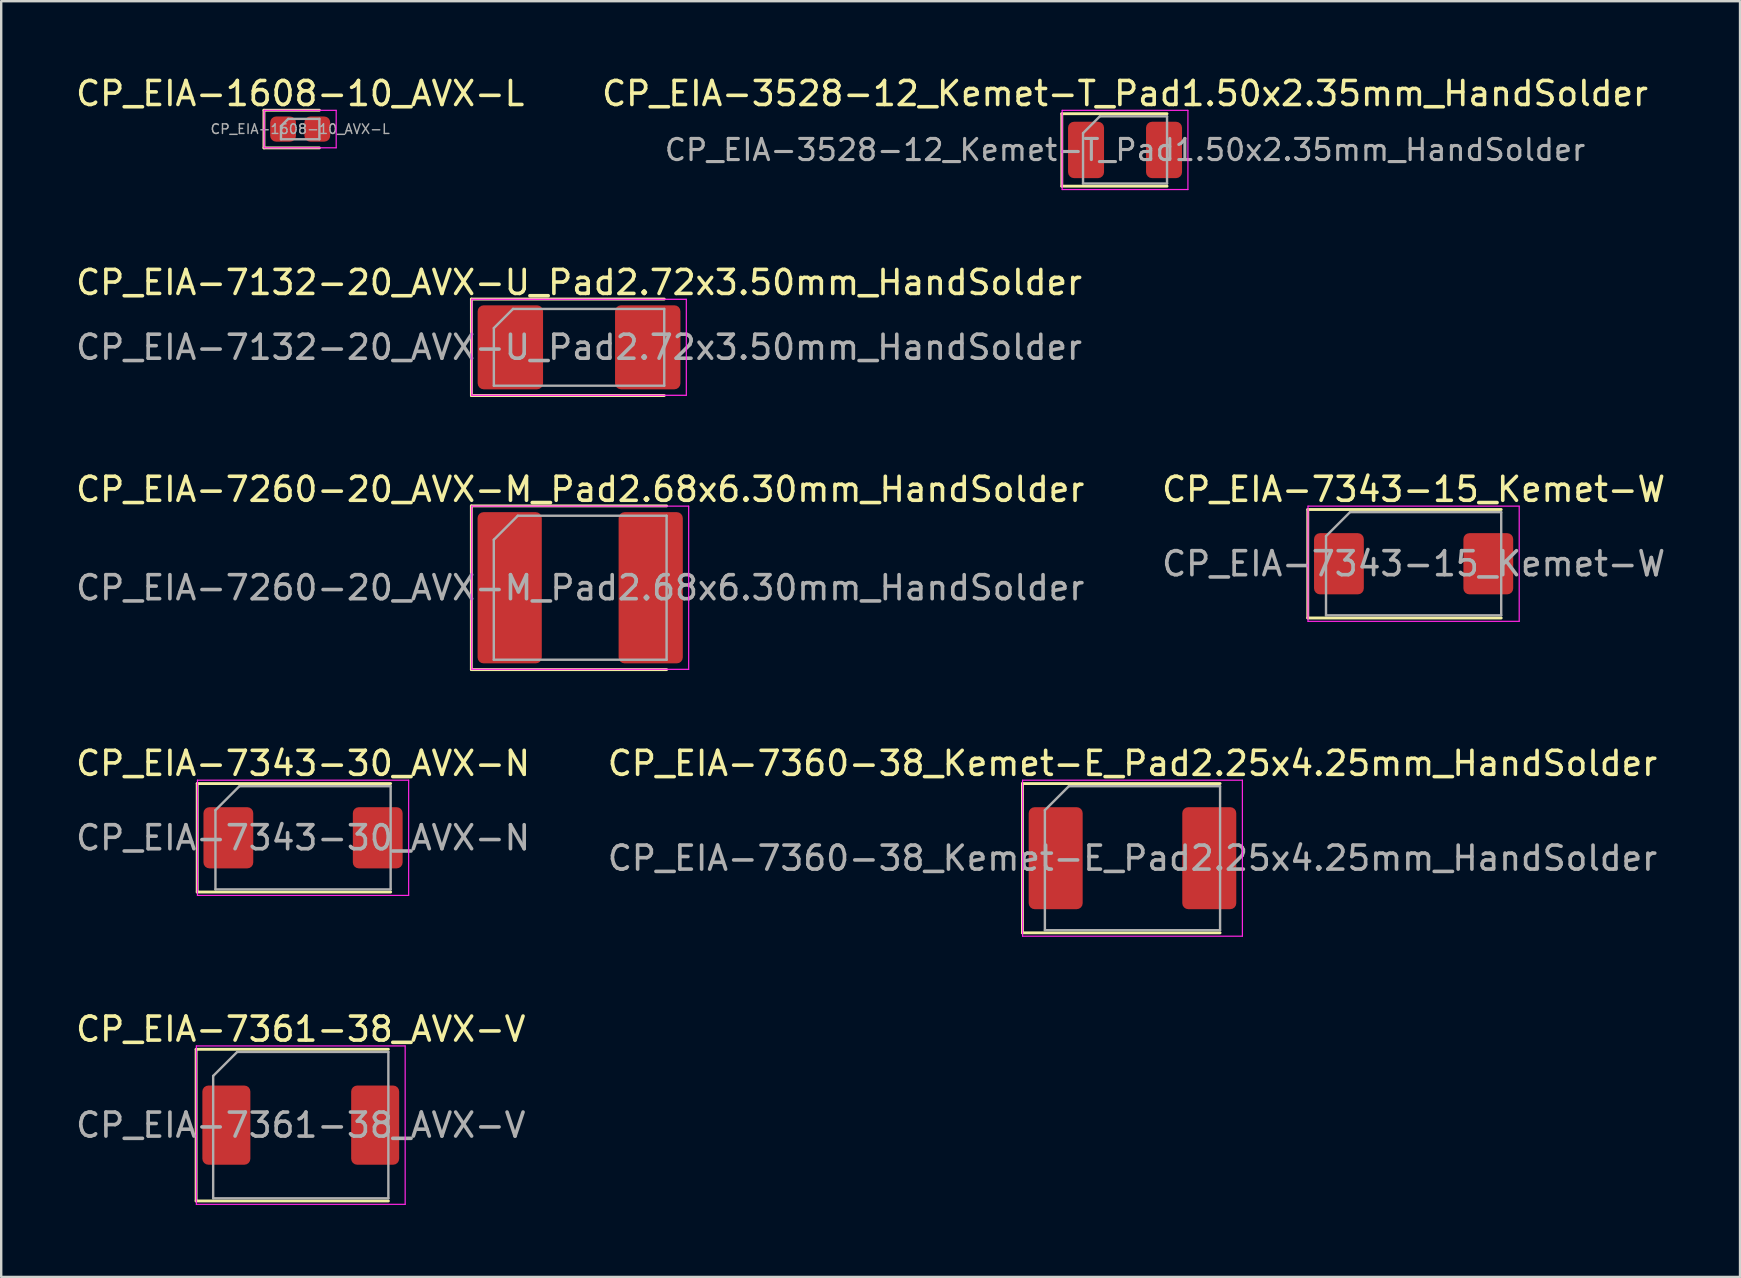
<source format=kicad_pcb>
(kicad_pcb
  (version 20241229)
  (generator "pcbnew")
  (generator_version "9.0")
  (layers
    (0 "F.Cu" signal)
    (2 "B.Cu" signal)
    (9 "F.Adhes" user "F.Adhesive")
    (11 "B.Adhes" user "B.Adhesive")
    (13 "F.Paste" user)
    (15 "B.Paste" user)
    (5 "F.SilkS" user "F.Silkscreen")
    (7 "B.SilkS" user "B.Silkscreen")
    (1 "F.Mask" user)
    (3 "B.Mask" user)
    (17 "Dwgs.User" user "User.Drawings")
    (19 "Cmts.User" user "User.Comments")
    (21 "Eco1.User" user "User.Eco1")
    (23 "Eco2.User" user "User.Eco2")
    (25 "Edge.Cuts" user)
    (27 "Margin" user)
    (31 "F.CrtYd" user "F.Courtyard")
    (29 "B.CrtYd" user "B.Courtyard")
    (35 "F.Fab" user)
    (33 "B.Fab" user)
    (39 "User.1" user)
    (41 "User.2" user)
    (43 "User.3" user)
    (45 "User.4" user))
  (footprint "CP_EIA-7260-20_AVX-M_Pad2.68x6.30mm_HandSolder"
    (layer "F.Cu")
    (at 21.125 21.44)
    (property "Reference" "CP_EIA-7260-20_AVX-M_Pad2.68x6.30mm_HandSolder" (at 0 -4.1 0) (layer "F.SilkS") (effects (font (size 1 1) (thickness 0.15))))
    (attr smd)
    (fp_line (start -4.535 -3.41) (end -4.535 3.41) (stroke (width 0.12) (type solid)) (layer "F.SilkS"))
    (fp_line (start -4.535 3.41) (end 3.6 3.41) (stroke (width 0.12) (type solid)) (layer "F.SilkS"))
    (fp_line (start 3.6 -3.41) (end -4.535 -3.41) (stroke (width 0.12) (type solid)) (layer "F.SilkS"))
    (fp_line (start -4.52 -3.4) (end 4.52 -3.4) (stroke (width 0.05) (type solid)) (layer "F.CrtYd"))
    (fp_line (start -4.52 3.4) (end -4.52 -3.4) (stroke (width 0.05) (type solid)) (layer "F.CrtYd"))
    (fp_line (start 4.52 -3.4) (end 4.52 3.4) (stroke (width 0.05) (type solid)) (layer "F.CrtYd"))
    (fp_line (start 4.52 3.4) (end -4.52 3.4) (stroke (width 0.05) (type solid)) (layer "F.CrtYd"))
    (fp_line (start -3.6 -2) (end -3.6 3) (stroke (width 0.1) (type solid)) (layer "F.Fab"))
    (fp_line (start -3.6 3) (end 3.6 3) (stroke (width 0.1) (type solid)) (layer "F.Fab"))
    (fp_line (start -2.6 -3) (end -3.6 -2) (stroke (width 0.1) (type solid)) (layer "F.Fab"))
    (fp_line (start 3.6 -3) (end -2.6 -3) (stroke (width 0.1) (type solid)) (layer "F.Fab"))
    (fp_line (start 3.6 3) (end 3.6 -3) (stroke (width 0.1) (type solid)) (layer "F.Fab"))
    (fp_text user "${REFERENCE}" (at 0 0 0) (layer "F.Fab") (effects (font (size 1 1) (thickness 0.15))))
    (pad "1" smd roundrect (at -2.938 0) (size 2.675 6.3) (layers "F.Cu" "F.Mask" "F.Paste") (roundrect_rratio 0.093))
    (pad "2" smd roundrect (at 2.938 0) (size 2.675 6.3) (layers "F.Cu" "F.Mask" "F.Paste") (roundrect_rratio 0.093)))
  (footprint "CP_EIA-1608-10_AVX-L"
    (layer "F.Cu")
    (at 9.458 2.328)
    (property "Reference" "CP_EIA-1608-10_AVX-L" (at 0 -1.48 0) (layer "F.SilkS") (effects (font (size 1 1) (thickness 0.15))))
    (attr smd)
    (fp_line (start -1.51 -0.785) (end -1.51 0.785) (stroke (width 0.12) (type solid)) (layer "F.SilkS"))
    (fp_line (start -1.51 0.785) (end 0.8 0.785) (stroke (width 0.12) (type solid)) (layer "F.SilkS"))
    (fp_line (start 0.8 -0.785) (end -1.51 -0.785) (stroke (width 0.12) (type solid)) (layer "F.SilkS"))
    (fp_line (start -1.5 -0.78) (end 1.5 -0.78) (stroke (width 0.05) (type solid)) (layer "F.CrtYd"))
    (fp_line (start -1.5 0.78) (end -1.5 -0.78) (stroke (width 0.05) (type solid)) (layer "F.CrtYd"))
    (fp_line (start 1.5 -0.78) (end 1.5 0.78) (stroke (width 0.05) (type solid)) (layer "F.CrtYd"))
    (fp_line (start 1.5 0.78) (end -1.5 0.78) (stroke (width 0.05) (type solid)) (layer "F.CrtYd"))
    (fp_line (start -0.8 -0.125) (end -0.8 0.425) (stroke (width 0.1) (type solid)) (layer "F.Fab"))
    (fp_line (start -0.8 0.425) (end 0.8 0.425) (stroke (width 0.1) (type solid)) (layer "F.Fab"))
    (fp_line (start -0.5 -0.425) (end -0.8 -0.125) (stroke (width 0.1) (type solid)) (layer "F.Fab"))
    (fp_line (start 0.8 -0.425) (end -0.5 -0.425) (stroke (width 0.1) (type solid)) (layer "F.Fab"))
    (fp_line (start 0.8 0.425) (end 0.8 -0.425) (stroke (width 0.1) (type solid)) (layer "F.Fab"))
    (fp_text user "${REFERENCE}" (at 0 0 0) (layer "F.Fab") (effects (font (size 0.4 0.4) (thickness 0.06))))
    (pad "1" smd roundrect (at -0.713 0) (size 1.075 1.05) (layers "F.Cu" "F.Mask" "F.Paste") (roundrect_rratio 0.238))
    (pad "2" smd roundrect (at 0.713 0) (size 1.075 1.05) (layers "F.Cu" "F.Mask" "F.Paste") (roundrect_rratio 0.238)))
  (footprint "CP_EIA-7361-38_AVX-V"
    (layer "F.Cu")
    (at 9.482 43.831)
    (property "Reference" "CP_EIA-7361-38_AVX-V" (at 0 -4 0) (layer "F.SilkS") (effects (font (size 1 1) (thickness 0.15))))
    (attr smd)
    (fp_line (start -4.36 -3.16) (end -4.36 3.16) (stroke (width 0.12) (type solid)) (layer "F.SilkS"))
    (fp_line (start -4.36 3.16) (end 3.65 3.16) (stroke (width 0.12) (type solid)) (layer "F.SilkS"))
    (fp_line (start 3.65 -3.16) (end -4.36 -3.16) (stroke (width 0.12) (type solid)) (layer "F.SilkS"))
    (fp_line (start -4.35 -3.3) (end 4.35 -3.3) (stroke (width 0.05) (type solid)) (layer "F.CrtYd"))
    (fp_line (start -4.35 3.3) (end -4.35 -3.3) (stroke (width 0.05) (type solid)) (layer "F.CrtYd"))
    (fp_line (start 4.35 -3.3) (end 4.35 3.3) (stroke (width 0.05) (type solid)) (layer "F.CrtYd"))
    (fp_line (start 4.35 3.3) (end -4.35 3.3) (stroke (width 0.05) (type solid)) (layer "F.CrtYd"))
    (fp_line (start -3.65 -2.05) (end -3.65 3.05) (stroke (width 0.1) (type solid)) (layer "F.Fab"))
    (fp_line (start -3.65 3.05) (end 3.65 3.05) (stroke (width 0.1) (type solid)) (layer "F.Fab"))
    (fp_line (start -2.65 -3.05) (end -3.65 -2.05) (stroke (width 0.1) (type solid)) (layer "F.Fab"))
    (fp_line (start 3.65 -3.05) (end -2.65 -3.05) (stroke (width 0.1) (type solid)) (layer "F.Fab"))
    (fp_line (start 3.65 3.05) (end 3.65 -3.05) (stroke (width 0.1) (type solid)) (layer "F.Fab"))
    (fp_text user "${REFERENCE}" (at 0 0 0) (layer "F.Fab") (effects (font (size 1 1) (thickness 0.15))))
    (pad "1" smd roundrect (at -3.1 0) (size 2 3.3) (layers "F.Cu" "F.Mask" "F.Paste") (roundrect_rratio 0.125))
    (pad "2" smd roundrect (at 3.1 0) (size 2 3.3) (layers "F.Cu" "F.Mask" "F.Paste") (roundrect_rratio 0.125)))
  (footprint "CP_EIA-7343-30_AVX-N"
    (layer "F.Cu")
    (at 9.577 31.858)
    (property "Reference" "CP_EIA-7343-30_AVX-N" (at 0 -3.1 0) (layer "F.SilkS") (effects (font (size 1 1) (thickness 0.15))))
    (attr smd)
    (fp_line (start -4.41 -2.26) (end -4.41 2.26) (stroke (width 0.12) (type solid)) (layer "F.SilkS"))
    (fp_line (start -4.41 2.26) (end 3.65 2.26) (stroke (width 0.12) (type solid)) (layer "F.SilkS"))
    (fp_line (start 3.65 -2.26) (end -4.41 -2.26) (stroke (width 0.12) (type solid)) (layer "F.SilkS"))
    (fp_line (start -4.4 -2.4) (end 4.4 -2.4) (stroke (width 0.05) (type solid)) (layer "F.CrtYd"))
    (fp_line (start -4.4 2.4) (end -4.4 -2.4) (stroke (width 0.05) (type solid)) (layer "F.CrtYd"))
    (fp_line (start 4.4 -2.4) (end 4.4 2.4) (stroke (width 0.05) (type solid)) (layer "F.CrtYd"))
    (fp_line (start 4.4 2.4) (end -4.4 2.4) (stroke (width 0.05) (type solid)) (layer "F.CrtYd"))
    (fp_line (start -3.65 -1.15) (end -3.65 2.15) (stroke (width 0.1) (type solid)) (layer "F.Fab"))
    (fp_line (start -3.65 2.15) (end 3.65 2.15) (stroke (width 0.1) (type solid)) (layer "F.Fab"))
    (fp_line (start -2.65 -2.15) (end -3.65 -1.15) (stroke (width 0.1) (type solid)) (layer "F.Fab"))
    (fp_line (start 3.65 -2.15) (end -2.65 -2.15) (stroke (width 0.1) (type solid)) (layer "F.Fab"))
    (fp_line (start 3.65 2.15) (end 3.65 -2.15) (stroke (width 0.1) (type solid)) (layer "F.Fab"))
    (fp_text user "${REFERENCE}" (at 0 0 0) (layer "F.Fab") (effects (font (size 1 1) (thickness 0.15))))
    (pad "1" smd roundrect (at -3.112 0) (size 2.075 2.55) (layers "F.Cu" "F.Mask" "F.Paste") (roundrect_rratio 0.12))
    (pad "2" smd roundrect (at 3.112 0) (size 2.075 2.55) (layers "F.Cu" "F.Mask" "F.Paste") (roundrect_rratio 0.12)))
  (footprint "CP_EIA-7132-20_AVX-U_Pad2.72x3.50mm_HandSolder"
    (layer "F.Cu")
    (at 21.077 11.421)
    (property "Reference" "CP_EIA-7132-20_AVX-U_Pad2.72x3.50mm_HandSolder" (at 0 -2.7 0) (layer "F.SilkS") (effects (font (size 1 1) (thickness 0.15))))
    (attr smd)
    (fp_line (start -4.485 -2.01) (end -4.485 2.01) (stroke (width 0.12) (type solid)) (layer "F.SilkS"))
    (fp_line (start -4.485 2.01) (end 3.55 2.01) (stroke (width 0.12) (type solid)) (layer "F.SilkS"))
    (fp_line (start 3.55 -2.01) (end -4.485 -2.01) (stroke (width 0.12) (type solid)) (layer "F.SilkS"))
    (fp_line (start -4.47 -2) (end 4.47 -2) (stroke (width 0.05) (type solid)) (layer "F.CrtYd"))
    (fp_line (start -4.47 2) (end -4.47 -2) (stroke (width 0.05) (type solid)) (layer "F.CrtYd"))
    (fp_line (start 4.47 -2) (end 4.47 2) (stroke (width 0.05) (type solid)) (layer "F.CrtYd"))
    (fp_line (start 4.47 2) (end -4.47 2) (stroke (width 0.05) (type solid)) (layer "F.CrtYd"))
    (fp_line (start -3.55 -0.8) (end -3.55 1.6) (stroke (width 0.1) (type solid)) (layer "F.Fab"))
    (fp_line (start -3.55 1.6) (end 3.55 1.6) (stroke (width 0.1) (type solid)) (layer "F.Fab"))
    (fp_line (start -2.75 -1.6) (end -3.55 -0.8) (stroke (width 0.1) (type solid)) (layer "F.Fab"))
    (fp_line (start 3.55 -1.6) (end -2.75 -1.6) (stroke (width 0.1) (type solid)) (layer "F.Fab"))
    (fp_line (start 3.55 1.6) (end 3.55 -1.6) (stroke (width 0.1) (type solid)) (layer "F.Fab"))
    (fp_text user "${REFERENCE}" (at 0 0 0) (layer "F.Fab") (effects (font (size 1 1) (thickness 0.15))))
    (pad "1" smd roundrect (at -2.862 0) (size 2.725 3.5) (layers "F.Cu" "F.Mask" "F.Paste") (roundrect_rratio 0.092))
    (pad "2" smd roundrect (at 2.862 0) (size 2.725 3.5) (layers "F.Cu" "F.Mask" "F.Paste") (roundrect_rratio 0.092)))
  (footprint "CP_EIA-7360-38_Kemet-E_Pad2.25x4.25mm_HandSolder"
    (layer "F.Cu")
    (at 44.137 32.708)
    (property "Reference" "CP_EIA-7360-38_Kemet-E_Pad2.25x4.25mm_HandSolder" (at 0 -3.95 0) (layer "F.SilkS") (effects (font (size 1 1) (thickness 0.15))))
    (attr smd)
    (fp_line (start -4.585 -3.11) (end -4.585 3.11) (stroke (width 0.12) (type solid)) (layer "F.SilkS"))
    (fp_line (start -4.585 3.11) (end 3.65 3.11) (stroke (width 0.12) (type solid)) (layer "F.SilkS"))
    (fp_line (start 3.65 -3.11) (end -4.585 -3.11) (stroke (width 0.12) (type solid)) (layer "F.SilkS"))
    (fp_line (start -4.58 -3.25) (end 4.58 -3.25) (stroke (width 0.05) (type solid)) (layer "F.CrtYd"))
    (fp_line (start -4.58 3.25) (end -4.58 -3.25) (stroke (width 0.05) (type solid)) (layer "F.CrtYd"))
    (fp_line (start 4.58 -3.25) (end 4.58 3.25) (stroke (width 0.05) (type solid)) (layer "F.CrtYd"))
    (fp_line (start 4.58 3.25) (end -4.58 3.25) (stroke (width 0.05) (type solid)) (layer "F.CrtYd"))
    (fp_line (start -3.65 -2) (end -3.65 3) (stroke (width 0.1) (type solid)) (layer "F.Fab"))
    (fp_line (start -3.65 3) (end 3.65 3) (stroke (width 0.1) (type solid)) (layer "F.Fab"))
    (fp_line (start -2.65 -3) (end -3.65 -2) (stroke (width 0.1) (type solid)) (layer "F.Fab"))
    (fp_line (start 3.65 -3) (end -2.65 -3) (stroke (width 0.1) (type solid)) (layer "F.Fab"))
    (fp_line (start 3.65 3) (end 3.65 -3) (stroke (width 0.1) (type solid)) (layer "F.Fab"))
    (fp_text user "${REFERENCE}" (at 0 0 0) (layer "F.Fab") (effects (font (size 1 1) (thickness 0.15))))
    (pad "1" smd roundrect (at -3.2 0) (size 2.25 4.25) (layers "F.Cu" "F.Mask" "F.Paste") (roundrect_rratio 0.111))
    (pad "2" smd roundrect (at 3.2 0) (size 2.25 4.25) (layers "F.Cu" "F.Mask" "F.Paste") (roundrect_rratio 0.111)))
  (footprint "CP_EIA-7343-15_Kemet-W"
    (layer "F.Cu")
    (at 55.851 20.44)
    (property "Reference" "CP_EIA-7343-15_Kemet-W" (at 0 -3.1 0) (layer "F.SilkS") (effects (font (size 1 1) (thickness 0.15))))
    (attr smd)
    (fp_line (start -4.41 -2.26) (end -4.41 2.26) (stroke (width 0.12) (type solid)) (layer "F.SilkS"))
    (fp_line (start -4.41 2.26) (end 3.65 2.26) (stroke (width 0.12) (type solid)) (layer "F.SilkS"))
    (fp_line (start 3.65 -2.26) (end -4.41 -2.26) (stroke (width 0.12) (type solid)) (layer "F.SilkS"))
    (fp_line (start -4.4 -2.4) (end 4.4 -2.4) (stroke (width 0.05) (type solid)) (layer "F.CrtYd"))
    (fp_line (start -4.4 2.4) (end -4.4 -2.4) (stroke (width 0.05) (type solid)) (layer "F.CrtYd"))
    (fp_line (start 4.4 -2.4) (end 4.4 2.4) (stroke (width 0.05) (type solid)) (layer "F.CrtYd"))
    (fp_line (start 4.4 2.4) (end -4.4 2.4) (stroke (width 0.05) (type solid)) (layer "F.CrtYd"))
    (fp_line (start -3.65 -1.15) (end -3.65 2.15) (stroke (width 0.1) (type solid)) (layer "F.Fab"))
    (fp_line (start -3.65 2.15) (end 3.65 2.15) (stroke (width 0.1) (type solid)) (layer "F.Fab"))
    (fp_line (start -2.65 -2.15) (end -3.65 -1.15) (stroke (width 0.1) (type solid)) (layer "F.Fab"))
    (fp_line (start 3.65 -2.15) (end -2.65 -2.15) (stroke (width 0.1) (type solid)) (layer "F.Fab"))
    (fp_line (start 3.65 2.15) (end 3.65 -2.15) (stroke (width 0.1) (type solid)) (layer "F.Fab"))
    (fp_text user "${REFERENCE}" (at 0 0 0) (layer "F.Fab") (effects (font (size 1 1) (thickness 0.15))))
    (pad "1" smd roundrect (at -3.112 0) (size 2.075 2.55) (layers "F.Cu" "F.Mask" "F.Paste") (roundrect_rratio 0.12))
    (pad "2" smd roundrect (at 3.112 0) (size 2.075 2.55) (layers "F.Cu" "F.Mask" "F.Paste") (roundrect_rratio 0.12)))
  (footprint "CP_EIA-3528-12_Kemet-T_Pad1.50x2.35mm_HandSolder"
    (layer "F.Cu")
    (at 43.827 3.198)
    (property "Reference" "CP_EIA-3528-12_Kemet-T_Pad1.50x2.35mm_HandSolder" (at 0 -2.35 0) (layer "F.SilkS") (effects (font (size 1 1) (thickness 0.15))))
    (attr smd)
    (fp_line (start -2.635 -1.51) (end -2.635 1.51) (stroke (width 0.12) (type solid)) (layer "F.SilkS"))
    (fp_line (start -2.635 1.51) (end 1.75 1.51) (stroke (width 0.12) (type solid)) (layer "F.SilkS"))
    (fp_line (start 1.75 -1.51) (end -2.635 -1.51) (stroke (width 0.12) (type solid)) (layer "F.SilkS"))
    (fp_line (start -2.62 -1.65) (end 2.62 -1.65) (stroke (width 0.05) (type solid)) (layer "F.CrtYd"))
    (fp_line (start -2.62 1.65) (end -2.62 -1.65) (stroke (width 0.05) (type solid)) (layer "F.CrtYd"))
    (fp_line (start 2.62 -1.65) (end 2.62 1.65) (stroke (width 0.05) (type solid)) (layer "F.CrtYd"))
    (fp_line (start 2.62 1.65) (end -2.62 1.65) (stroke (width 0.05) (type solid)) (layer "F.CrtYd"))
    (fp_line (start -1.75 -0.7) (end -1.75 1.4) (stroke (width 0.1) (type solid)) (layer "F.Fab"))
    (fp_line (start -1.75 1.4) (end 1.75 1.4) (stroke (width 0.1) (type solid)) (layer "F.Fab"))
    (fp_line (start -1.05 -1.4) (end -1.75 -0.7) (stroke (width 0.1) (type solid)) (layer "F.Fab"))
    (fp_line (start 1.75 -1.4) (end -1.05 -1.4) (stroke (width 0.1) (type solid)) (layer "F.Fab"))
    (fp_line (start 1.75 1.4) (end 1.75 -1.4) (stroke (width 0.1) (type solid)) (layer "F.Fab"))
    (fp_text user "${REFERENCE}" (at 0 0 0) (layer "F.Fab") (effects (font (size 0.88 0.88) (thickness 0.13))))
    (pad "1" smd roundrect (at -1.625 0) (size 1.5 2.35) (layers "F.Cu" "F.Mask" "F.Paste") (roundrect_rratio 0.167))
    (pad "2" smd roundrect (at 1.625 0) (size 1.5 2.35) (layers "F.Cu" "F.Mask" "F.Paste") (roundrect_rratio 0.167)))
  (gr_rect
    (start -3 -3)
    (end 69.452 50.156)
    (stroke (width 0.1) (type default))
    (fill no)
    (layer "Edge.Cuts")))
</source>
